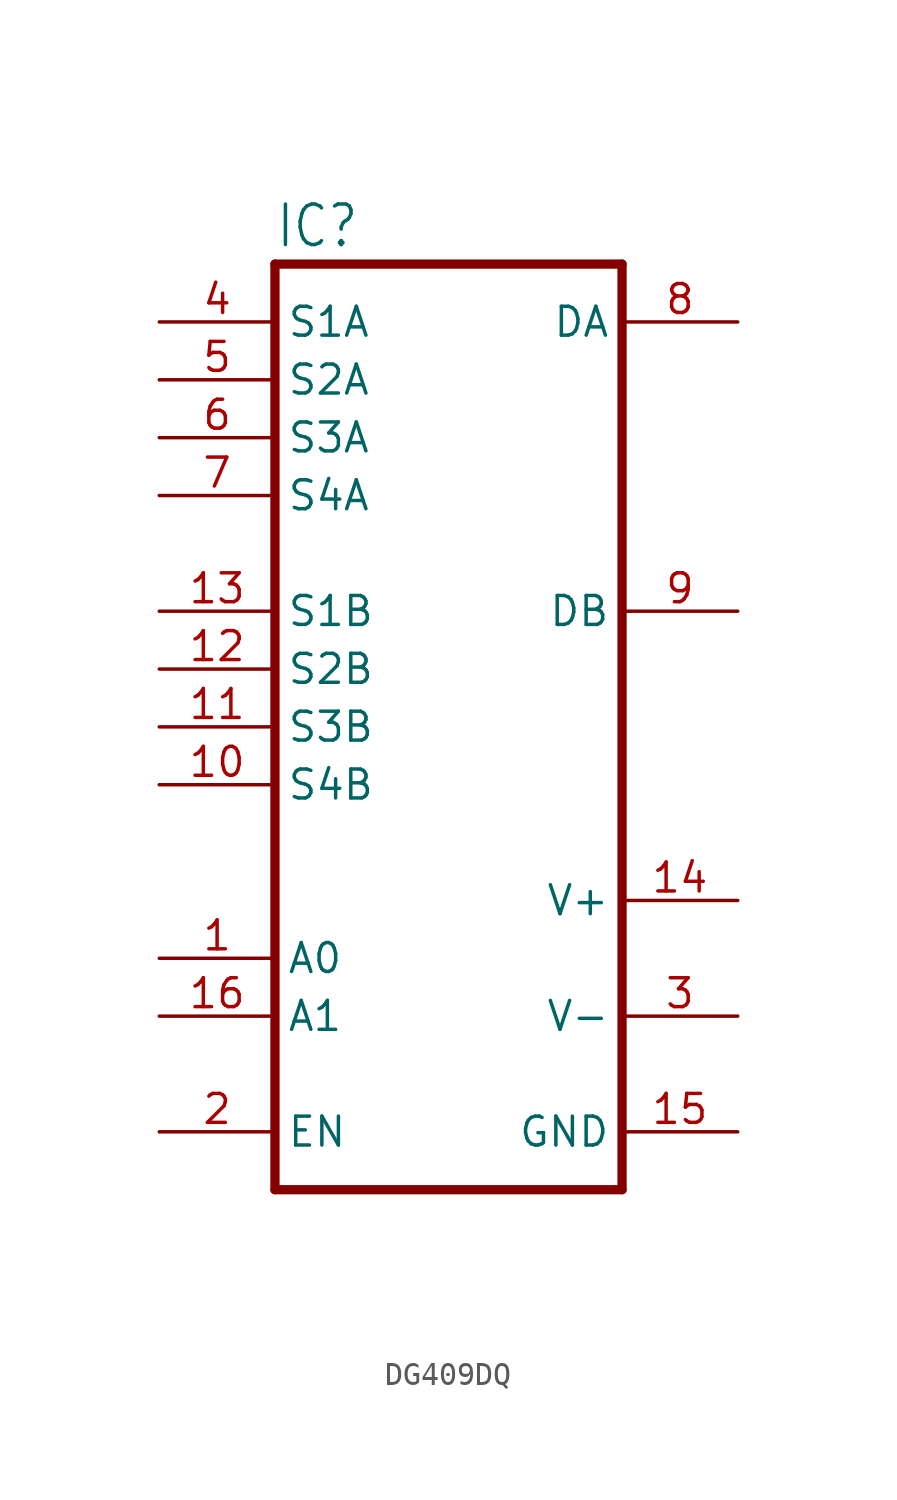
<source format=kicad_sym>
(kicad_symbol_lib
  (version 20231120)
  (generator "kicad_symbol_editor")
  (generator_version "8.0")
  (symbol "DG409DQ"
    (property "Reference" "IC"
      (at -7.62 20.955 0)
      (effects (font (size 1.778 1.511)) (justify left bottom)))
    (property "Value" ""
      (at -7.62 -22.86 0)
      (effects (font (size 1.778 1.511)) (justify left bottom)))
    (property "ki_locked" ""
      (at 0 0 0)
      (effects (font (size 1.27 1.27))))
    (symbol "DG409DQ_1_0"
      (polyline (pts (xy -7.62 20.32) (xy -7.62 -20.32)) (stroke (width 0.406) (type solid)) (fill (type none)))
      (polyline (pts (xy -7.62 20.32) (xy 7.62 20.32)) (stroke (width 0.406) (type solid)) (fill (type none)))
      (polyline (pts (xy 7.62 -20.32) (xy -7.62 -20.32)) (stroke (width 0.406) (type solid)) (fill (type none)))
      (polyline (pts (xy 7.62 -20.32) (xy 7.62 20.32)) (stroke (width 0.406) (type solid)) (fill (type none)))
      (pin input line (at -12.7 -10.16 0) (length 5.08) (name "A0" (effects (font (size 1.27 1.27)))) (number "1" (effects (font (size 1.27 1.27)))))
      (pin passive line (at -12.7 -2.54 0) (length 5.08) (name "S4B" (effects (font (size 1.27 1.27)))) (number "10" (effects (font (size 1.27 1.27)))))
      (pin passive line (at -12.7 0 0) (length 5.08) (name "S3B" (effects (font (size 1.27 1.27)))) (number "11" (effects (font (size 1.27 1.27)))))
      (pin passive line (at -12.7 2.54 0) (length 5.08) (name "S2B" (effects (font (size 1.27 1.27)))) (number "12" (effects (font (size 1.27 1.27)))))
      (pin passive line (at -12.7 5.08 0) (length 5.08) (name "S1B" (effects (font (size 1.27 1.27)))) (number "13" (effects (font (size 1.27 1.27)))))
      (pin power_in line (at 12.7 -7.62 180) (length 5.08) (name "V+" (effects (font (size 1.27 1.27)))) (number "14" (effects (font (size 1.27 1.27)))))
      (pin power_in line (at 12.7 -17.78 180) (length 5.08) (name "GND" (effects (font (size 1.27 1.27)))) (number "15" (effects (font (size 1.27 1.27)))))
      (pin input line (at -12.7 -12.7 0) (length 5.08) (name "A1" (effects (font (size 1.27 1.27)))) (number "16" (effects (font (size 1.27 1.27)))))
      (pin input line (at -12.7 -17.78 0) (length 5.08) (name "EN" (effects (font (size 1.27 1.27)))) (number "2" (effects (font (size 1.27 1.27)))))
      (pin power_in line (at 12.7 -12.7 180) (length 5.08) (name "V-" (effects (font (size 1.27 1.27)))) (number "3" (effects (font (size 1.27 1.27)))))
      (pin passive line (at -12.7 17.78 0) (length 5.08) (name "S1A" (effects (font (size 1.27 1.27)))) (number "4" (effects (font (size 1.27 1.27)))))
      (pin passive line (at -12.7 15.24 0) (length 5.08) (name "S2A" (effects (font (size 1.27 1.27)))) (number "5" (effects (font (size 1.27 1.27)))))
      (pin passive line (at -12.7 12.7 0) (length 5.08) (name "S3A" (effects (font (size 1.27 1.27)))) (number "6" (effects (font (size 1.27 1.27)))))
      (pin passive line (at -12.7 10.16 0) (length 5.08) (name "S4A" (effects (font (size 1.27 1.27)))) (number "7" (effects (font (size 1.27 1.27)))))
      (pin passive line (at 12.7 17.78 180) (length 5.08) (name "DA" (effects (font (size 1.27 1.27)))) (number "8" (effects (font (size 1.27 1.27)))))
      (pin passive line (at 12.7 5.08 180) (length 5.08) (name "DB" (effects (font (size 1.27 1.27)))) (number "9" (effects (font (size 1.27 1.27))))))))
</source>
